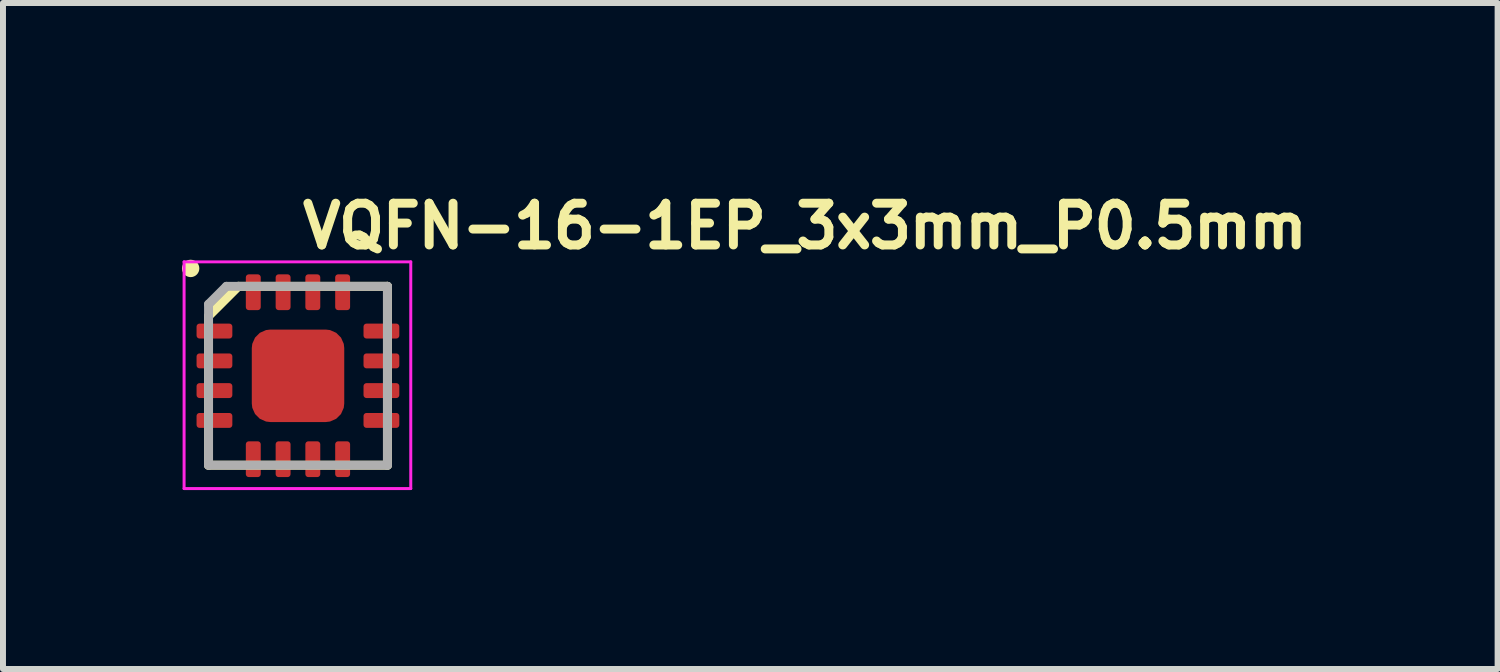
<source format=kicad_pcb>
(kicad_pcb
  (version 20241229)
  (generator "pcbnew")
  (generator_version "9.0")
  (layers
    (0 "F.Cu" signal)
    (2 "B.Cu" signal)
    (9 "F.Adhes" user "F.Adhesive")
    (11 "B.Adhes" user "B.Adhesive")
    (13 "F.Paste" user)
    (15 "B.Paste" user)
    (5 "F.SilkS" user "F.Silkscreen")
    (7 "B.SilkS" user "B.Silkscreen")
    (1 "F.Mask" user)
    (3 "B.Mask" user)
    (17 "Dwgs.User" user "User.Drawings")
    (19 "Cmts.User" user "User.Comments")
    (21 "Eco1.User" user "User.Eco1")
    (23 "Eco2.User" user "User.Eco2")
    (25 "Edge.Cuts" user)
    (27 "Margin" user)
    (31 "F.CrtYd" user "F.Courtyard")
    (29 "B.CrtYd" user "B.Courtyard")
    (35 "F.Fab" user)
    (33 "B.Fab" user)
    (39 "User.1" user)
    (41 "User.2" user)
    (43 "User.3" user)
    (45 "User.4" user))
  (footprint "VQFN-16-1EP_3x3mm_P0.5mm"
    (layer "F.Cu")
    (at 1.946 3.25)
    (property "Reference" "VQFN-16-1EP_3x3mm_P0.5mm" (at 0 -2.1 0) (layer "F.SilkS") (effects (font (size 0.7 0.7) (thickness 0.15)) (justify left bottom)))
    (attr smd)
    (fp_line (start -1.5 -1) (end -1 -1.5) (stroke (width 0.15) (type solid)) (layer "F.SilkS"))
    (fp_line (start -1.5 1.499) (end -1.5 -1) (stroke (width 0.15) (type solid)) (layer "F.SilkS"))
    (fp_line (start -1.5 1.499) (end 1.499 1.499) (stroke (width 0.15) (type solid)) (layer "F.SilkS"))
    (fp_line (start 1.499 -1.5) (end -1 -1.5) (stroke (width 0.15) (type solid)) (layer "F.SilkS"))
    (fp_line (start 1.499 1.499) (end 1.499 -1.5) (stroke (width 0.15) (type solid)) (layer "F.SilkS"))
    (fp_circle (center -1.8 -1.8) (end -1.75 -1.75) (stroke (width 0.15) (type solid)) (fill yes) (layer "F.SilkS"))
    (fp_line (start -1.91 -1.91) (end -1.91 1.89) (stroke (width 0.05) (type solid)) (layer "F.CrtYd"))
    (fp_line (start -1.91 -1.91) (end 1.89 -1.91) (stroke (width 0.05) (type solid)) (layer "F.CrtYd"))
    (fp_line (start -1.91 1.89) (end 1.89 1.89) (stroke (width 0.05) (type solid)) (layer "F.CrtYd"))
    (fp_line (start 1.89 -1.91) (end 1.89 1.89) (stroke (width 0.05) (type solid)) (layer "F.CrtYd"))
    (fp_line (start -1.5 -1.2) (end -1.5 1.499) (stroke (width 0.15) (type solid)) (layer "F.Fab"))
    (fp_line (start -1.5 -1.2) (end -1.2 -1.5) (stroke (width 0.15) (type solid)) (layer "F.Fab"))
    (fp_line (start -1.2 -1.5) (end 1.499 -1.5) (stroke (width 0.15) (type solid)) (layer "F.Fab"))
    (fp_line (start 1.499 1.499) (end -1.5 1.499) (stroke (width 0.15) (type solid)) (layer "F.Fab"))
    (fp_line (start 1.499 1.499) (end 1.499 -1.5) (stroke (width 0.15) (type solid)) (layer "F.Fab"))
    (fp_rect (start -1.5 -1.5) (end 1.499 1.499) (stroke (width 0.1) (type solid)) (fill no) (layer "User.5"))
    (fp_line (start -1.5 -1.5) (end -1.5 1.499) (stroke (width 0.02) (type solid)) (layer "User.9"))
    (fp_line (start -1.5 1.499) (end 1.499 1.499) (stroke (width 0.02) (type solid)) (layer "User.9"))
    (fp_line (start 1.499 -1.5) (end -1.5 -1.5) (stroke (width 0.02) (type solid)) (layer "User.9"))
    (fp_line (start 1.499 1.499) (end 1.499 -1.5) (stroke (width 0.02) (type solid)) (layer "User.9"))
    (pad "1" smd roundrect (at -1.401 -0.75) (size 0.6 0.25) (layers "F.Cu" "F.Mask" "F.Paste") (roundrect_rratio 0.2))
    (pad "2" smd roundrect (at -1.401 -0.25) (size 0.6 0.25) (layers "F.Cu" "F.Mask" "F.Paste") (roundrect_rratio 0.2))
    (pad "3" smd roundrect (at -1.401 0.248) (size 0.6 0.25) (layers "F.Cu" "F.Mask" "F.Paste") (roundrect_rratio 0.2))
    (pad "4" smd roundrect (at -1.401 0.748) (size 0.6 0.25) (layers "F.Cu" "F.Mask" "F.Paste") (roundrect_rratio 0.2))
    (pad "5" smd roundrect (at -0.75 1.398 90) (size 0.6 0.25) (layers "F.Cu" "F.Mask" "F.Paste") (roundrect_rratio 0.2))
    (pad "6" smd roundrect (at -0.25 1.398 90) (size 0.6 0.25) (layers "F.Cu" "F.Mask" "F.Paste") (roundrect_rratio 0.2))
    (pad "7" smd roundrect (at 0.248 1.398 90) (size 0.6 0.25) (layers "F.Cu" "F.Mask" "F.Paste") (roundrect_rratio 0.2))
    (pad "8" smd roundrect (at 0.748 1.398 90) (size 0.6 0.25) (layers "F.Cu" "F.Mask" "F.Paste") (roundrect_rratio 0.2))
    (pad "9" smd roundrect (at 1.398 0.748 180) (size 0.6 0.25) (layers "F.Cu" "F.Mask" "F.Paste") (roundrect_rratio 0.2))
    (pad "10" smd roundrect (at 1.398 0.248 180) (size 0.6 0.25) (layers "F.Cu" "F.Mask" "F.Paste") (roundrect_rratio 0.2))
    (pad "11" smd roundrect (at 1.398 -0.25 180) (size 0.6 0.25) (layers "F.Cu" "F.Mask" "F.Paste") (roundrect_rratio 0.2))
    (pad "12" smd roundrect (at 1.398 -0.75 180) (size 0.6 0.25) (layers "F.Cu" "F.Mask" "F.Paste") (roundrect_rratio 0.2))
    (pad "13" smd roundrect (at 0.748 -1.401 270) (size 0.6 0.25) (layers "F.Cu" "F.Mask" "F.Paste") (roundrect_rratio 0.2))
    (pad "14" smd roundrect (at 0.248 -1.401 270) (size 0.6 0.25) (layers "F.Cu" "F.Mask" "F.Paste") (roundrect_rratio 0.2))
    (pad "15" smd roundrect (at -0.25 -1.401 270) (size 0.6 0.25) (layers "F.Cu" "F.Mask" "F.Paste") (roundrect_rratio 0.2))
    (pad "16" smd roundrect (at -0.75 -1.401 270) (size 0.6 0.25) (layers "F.Cu" "F.Mask" "F.Paste") (roundrect_rratio 0.2))
    (pad "17" smd roundrect (at 0 0) (size 1.55 1.55) (layers "F.Cu" "F.Mask" "F.Paste") (roundrect_rratio 0.2)))
  (gr_rect
    (start -3 -3)
    (end 22.056 8.165)
    (stroke (width 0.1) (type default))
    (fill no)
    (layer "Edge.Cuts")))
</source>
